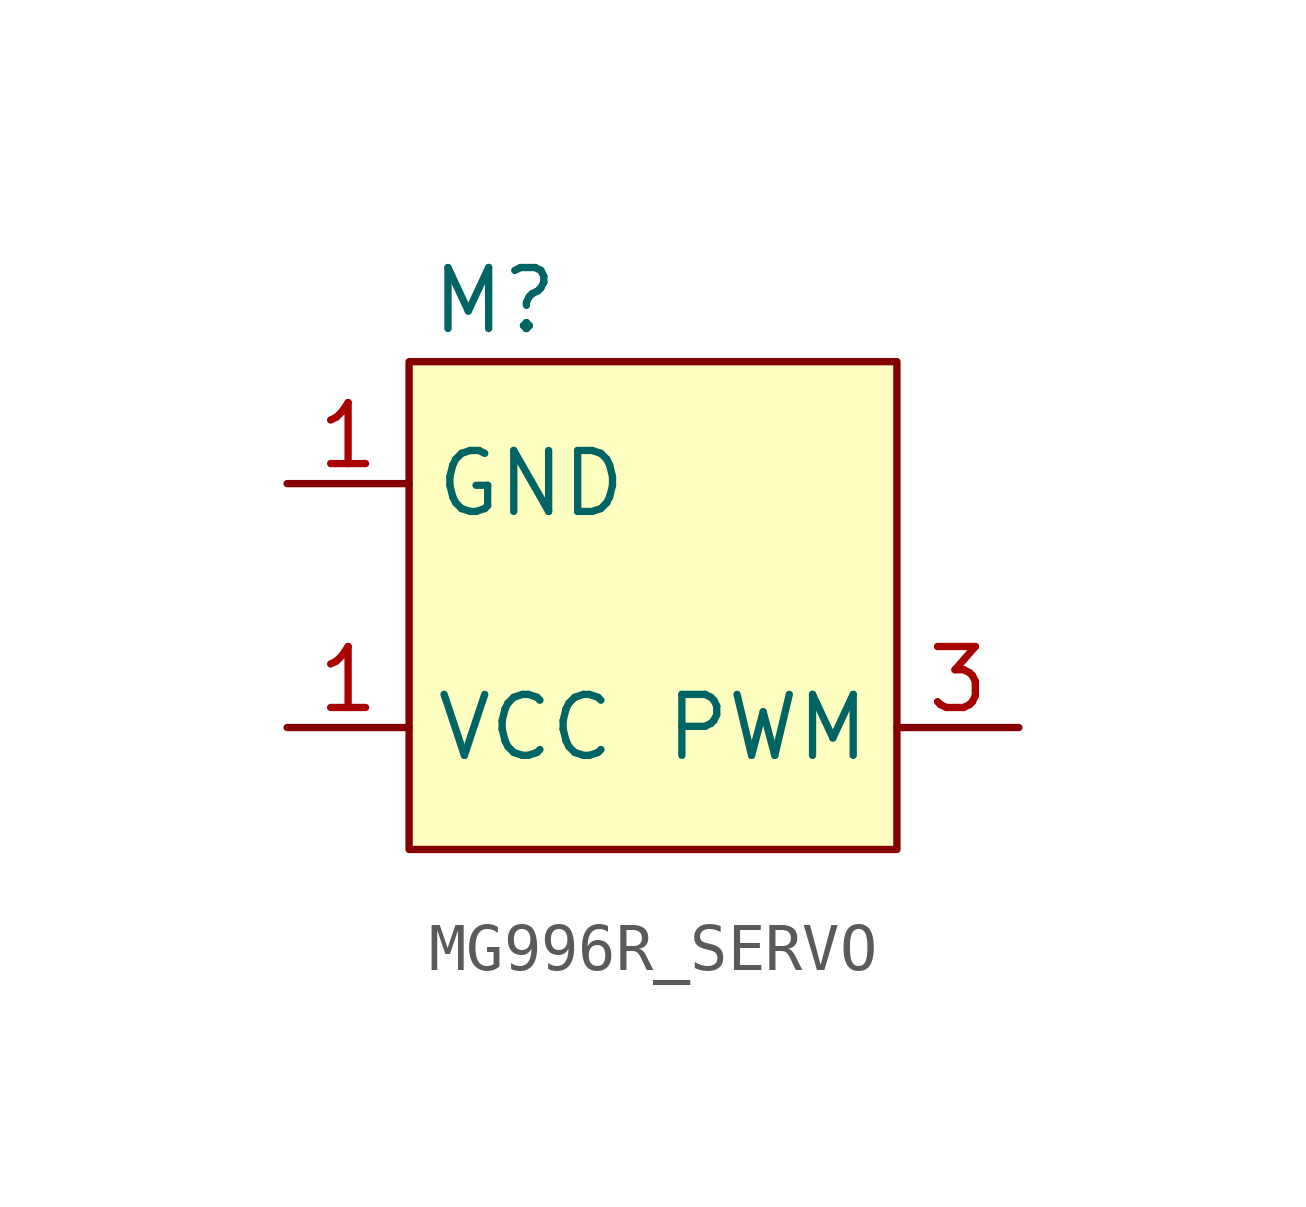
<source format=kicad_sym>
(kicad_symbol_lib
  (version 20241209)
  (generator "kicad_symbol_editor")
  (generator_version "9.0")
  (symbol "MG996R_SERVO"
    (property "Reference" "M"
      (at -3.302 6.35 0)
      (effects (font (size 1.27 1.27))))
    (property "Value" ""
      (at 0 0 0)
      (effects (font (size 1.27 1.27))))
    (symbol "MG996R_SERVO_1_1"
      (rectangle (start -5.08 5.08) (end 5.08 -5.08) (stroke (width 0) (type solid)) (fill (type color) (color 255 255 194 1)))
      (pin power_out line (at -7.62 2.54 0) (length 2.54) (name "GND" (effects (font (size 1.27 1.27)))) (number "1" (effects (font (size 1.27 1.27)))))
      (pin power_in line (at -7.62 -2.54 0) (length 2.54) (name "VCC" (effects (font (size 1.27 1.27)))) (number "1" (effects (font (size 1.27 1.27)))))
      (pin input line (at 7.62 -2.54 180) (length 2.54) (name "PWM" (effects (font (size 1.27 1.27)))) (number "3" (effects (font (size 1.27 1.27))))))))
</source>
